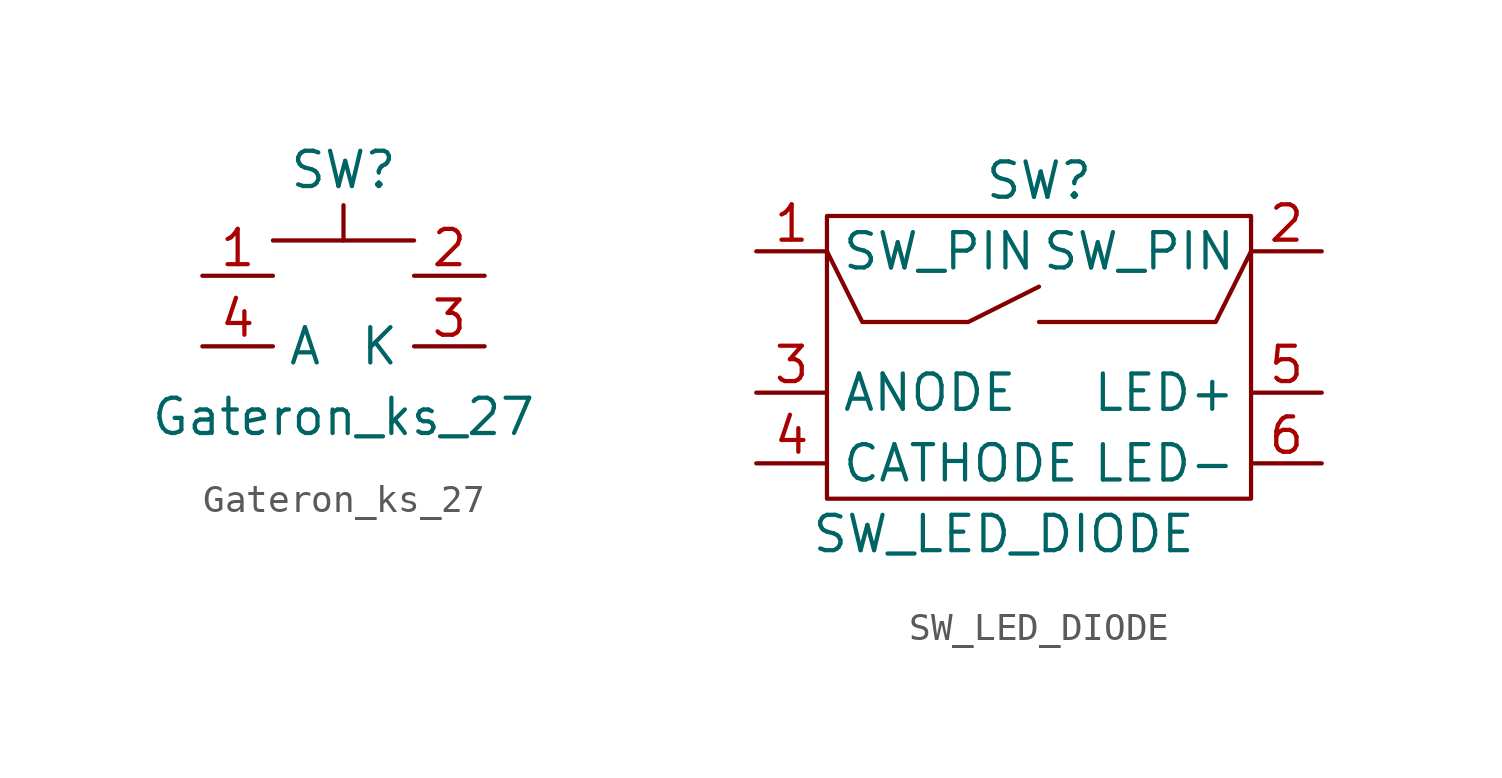
<source format=kicad_sym>
(kicad_symbol_lib
  (version 20211014)
  (generator kicad_symbol_editor)
  (symbol "Gateron_ks_27"
    (property "Reference" "SW"
      (at 5.08 3.81 0)
      (effects (font (size 1.27 1.27))))
    (property "Value" "Gateron_ks_27"
      (at 5.08 -5.08 0)
      (effects (font (size 1.27 1.27))))
    (symbol "Gateron_ks_27_0_1"
      (rectangle (start 2.54 1.27) (end 7.62 1.27) (stroke (width 0) (type default) (color 0 0 0 0)) (fill (type none)))
      (rectangle (start 5.08 2.54) (end 5.08 1.27) (stroke (width 0) (type default) (color 0 0 0 0)) (fill (type none))))
    (symbol "Gateron_ks_27_1_1"
      (pin passive line (at 0 0 0) (length 2.54) (name "" (effects (font (size 1.27 1.27)))) (number "1" (effects (font (size 1.27 1.27)))))
      (pin passive line (at 10.16 0 180) (length 2.54) (name "" (effects (font (size 1.27 1.27)))) (number "2" (effects (font (size 1.27 1.27)))))
      (pin passive line (at 10.16 -2.54 180) (length 2.54) (name "K" (effects (font (size 1.27 1.27)))) (number "3" (effects (font (size 1.27 1.27)))))
      (pin passive line (at 0 -2.54 0) (length 2.54) (name "A" (effects (font (size 1.27 1.27)))) (number "4" (effects (font (size 1.27 1.27)))))))
  (symbol "SW_LED_DIODE"
    (property "Reference" "SW"
      (at 0 0 0)
      (effects (font (size 1.27 1.27))))
    (property "Value" "SW_LED_DIODE"
      (at -1.27 -12.7 0)
      (effects (font (size 1.27 1.27))))
    (symbol "SW_LED_DIODE_0_1"
      (polyline (pts (xy 0 -5.08) (xy 6.35 -5.08) (xy 7.62 -2.54)) (stroke (width 0) (type default) (color 0 0 0 0)) (fill (type none)))
      (polyline (pts (xy -7.62 -2.54) (xy -6.35 -5.08) (xy -2.54 -5.08) (xy 0 -3.81)) (stroke (width 0) (type default) (color 0 0 0 0)) (fill (type none)))
      (polyline (pts (xy -7.62 -1.27) (xy -7.62 -11.43) (xy 7.62 -11.43) (xy 7.62 -1.27) (xy -7.62 -1.27)) (stroke (width 0) (type default) (color 0 0 0 0)) (fill (type none))))
    (symbol "SW_LED_DIODE_1_1"
      (pin passive line (at -10.16 -2.54 0) (length 2.54) (name "SW_PIN" (effects (font (size 1.27 1.27)))) (number "1" (effects (font (size 1.27 1.27)))))
      (pin passive line (at 10.16 -2.54 180) (length 2.54) (name "SW_PIN" (effects (font (size 1.27 1.27)))) (number "2" (effects (font (size 1.27 1.27)))))
      (pin passive line (at -10.16 -7.62 0) (length 2.54) (name "ANODE" (effects (font (size 1.27 1.27)))) (number "3" (effects (font (size 1.27 1.27)))))
      (pin passive line (at -10.16 -10.16 0) (length 2.54) (name "CATHODE" (effects (font (size 1.27 1.27)))) (number "4" (effects (font (size 1.27 1.27)))))
      (pin passive line (at 10.16 -7.62 180) (length 2.54) (name "LED+" (effects (font (size 1.27 1.27)))) (number "5" (effects (font (size 1.27 1.27)))))
      (pin passive line (at 10.16 -10.16 180) (length 2.54) (name "LED-" (effects (font (size 1.27 1.27)))) (number "6" (effects (font (size 1.27 1.27))))))))
</source>
